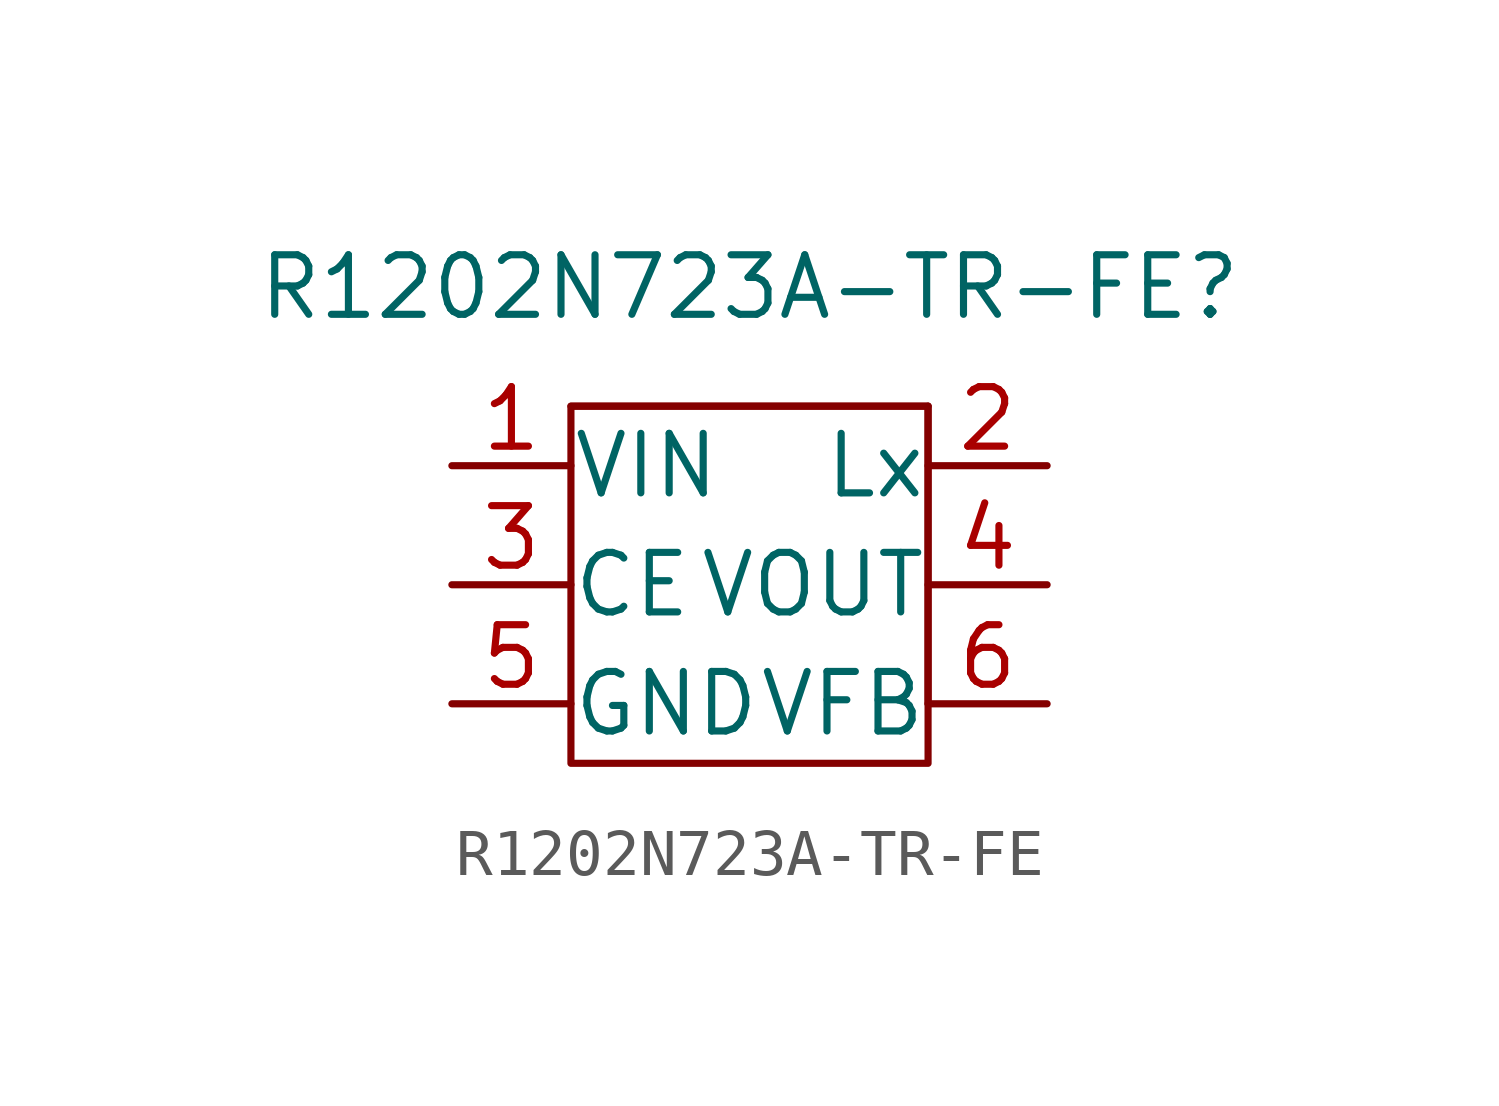
<source format=kicad_sym>
(kicad_symbol_lib
  (version 20241209)
  (generator "kicad_symbol_editor")
  (generator_version "9.0")
  (symbol "R1202N723A-TR-FE"
    (pin_names
      (offset 0.0001))
    (property "Reference" "R1202N723A-TR-FE"
      (at 0 0 0)
      (effects (font (size 1.27 1.27))))
    (property "Value" ""
      (at 0 0 0)
      (effects (font (size 1.27 1.27))))
    (symbol "R1202N723A-TR-FE_0_0"
      (pin input line (at -6.35 -3.81 0) (length 2.54) (name "VIN" (effects (font (size 1.27 1.27)))) (number "1" (effects (font (size 1.27 1.27)))))
      (pin input line (at -6.35 -6.35 0) (length 2.54) (name "CE" (effects (font (size 1.27 1.27)))) (number "3" (effects (font (size 1.27 1.27)))))
      (pin passive line (at -6.35 -8.89 0) (length 2.54) (name "GND" (effects (font (size 1.27 1.27)))) (number "5" (effects (font (size 1.27 1.27)))))
      (pin input line (at 6.35 -3.81 180) (length 2.54) (name "Lx" (effects (font (size 1.27 1.27)))) (number "2" (effects (font (size 1.27 1.27)))))
      (pin output line (at 6.35 -6.35 180) (length 2.54) (name "VOUT" (effects (font (size 1.27 1.27)))) (number "4" (effects (font (size 1.27 1.27)))))
      (pin input line (at 6.35 -8.89 180) (length 2.54) (name "VFB" (effects (font (size 1.27 1.27)))) (number "6" (effects (font (size 1.27 1.27))))))
    (symbol "R1202N723A-TR-FE_0_1"
      (rectangle (start -3.81 -2.54) (end 3.81 -2.54) (stroke (width 0) (type default)) (fill (type none)))
      (rectangle (start -3.81 -2.54) (end 3.81 -10.16) (stroke (width 0) (type default)) (fill (type none)))
      (rectangle (start 3.81 -2.54) (end 3.81 -8.89) (stroke (width 0) (type default)) (fill (type none))))))
</source>
